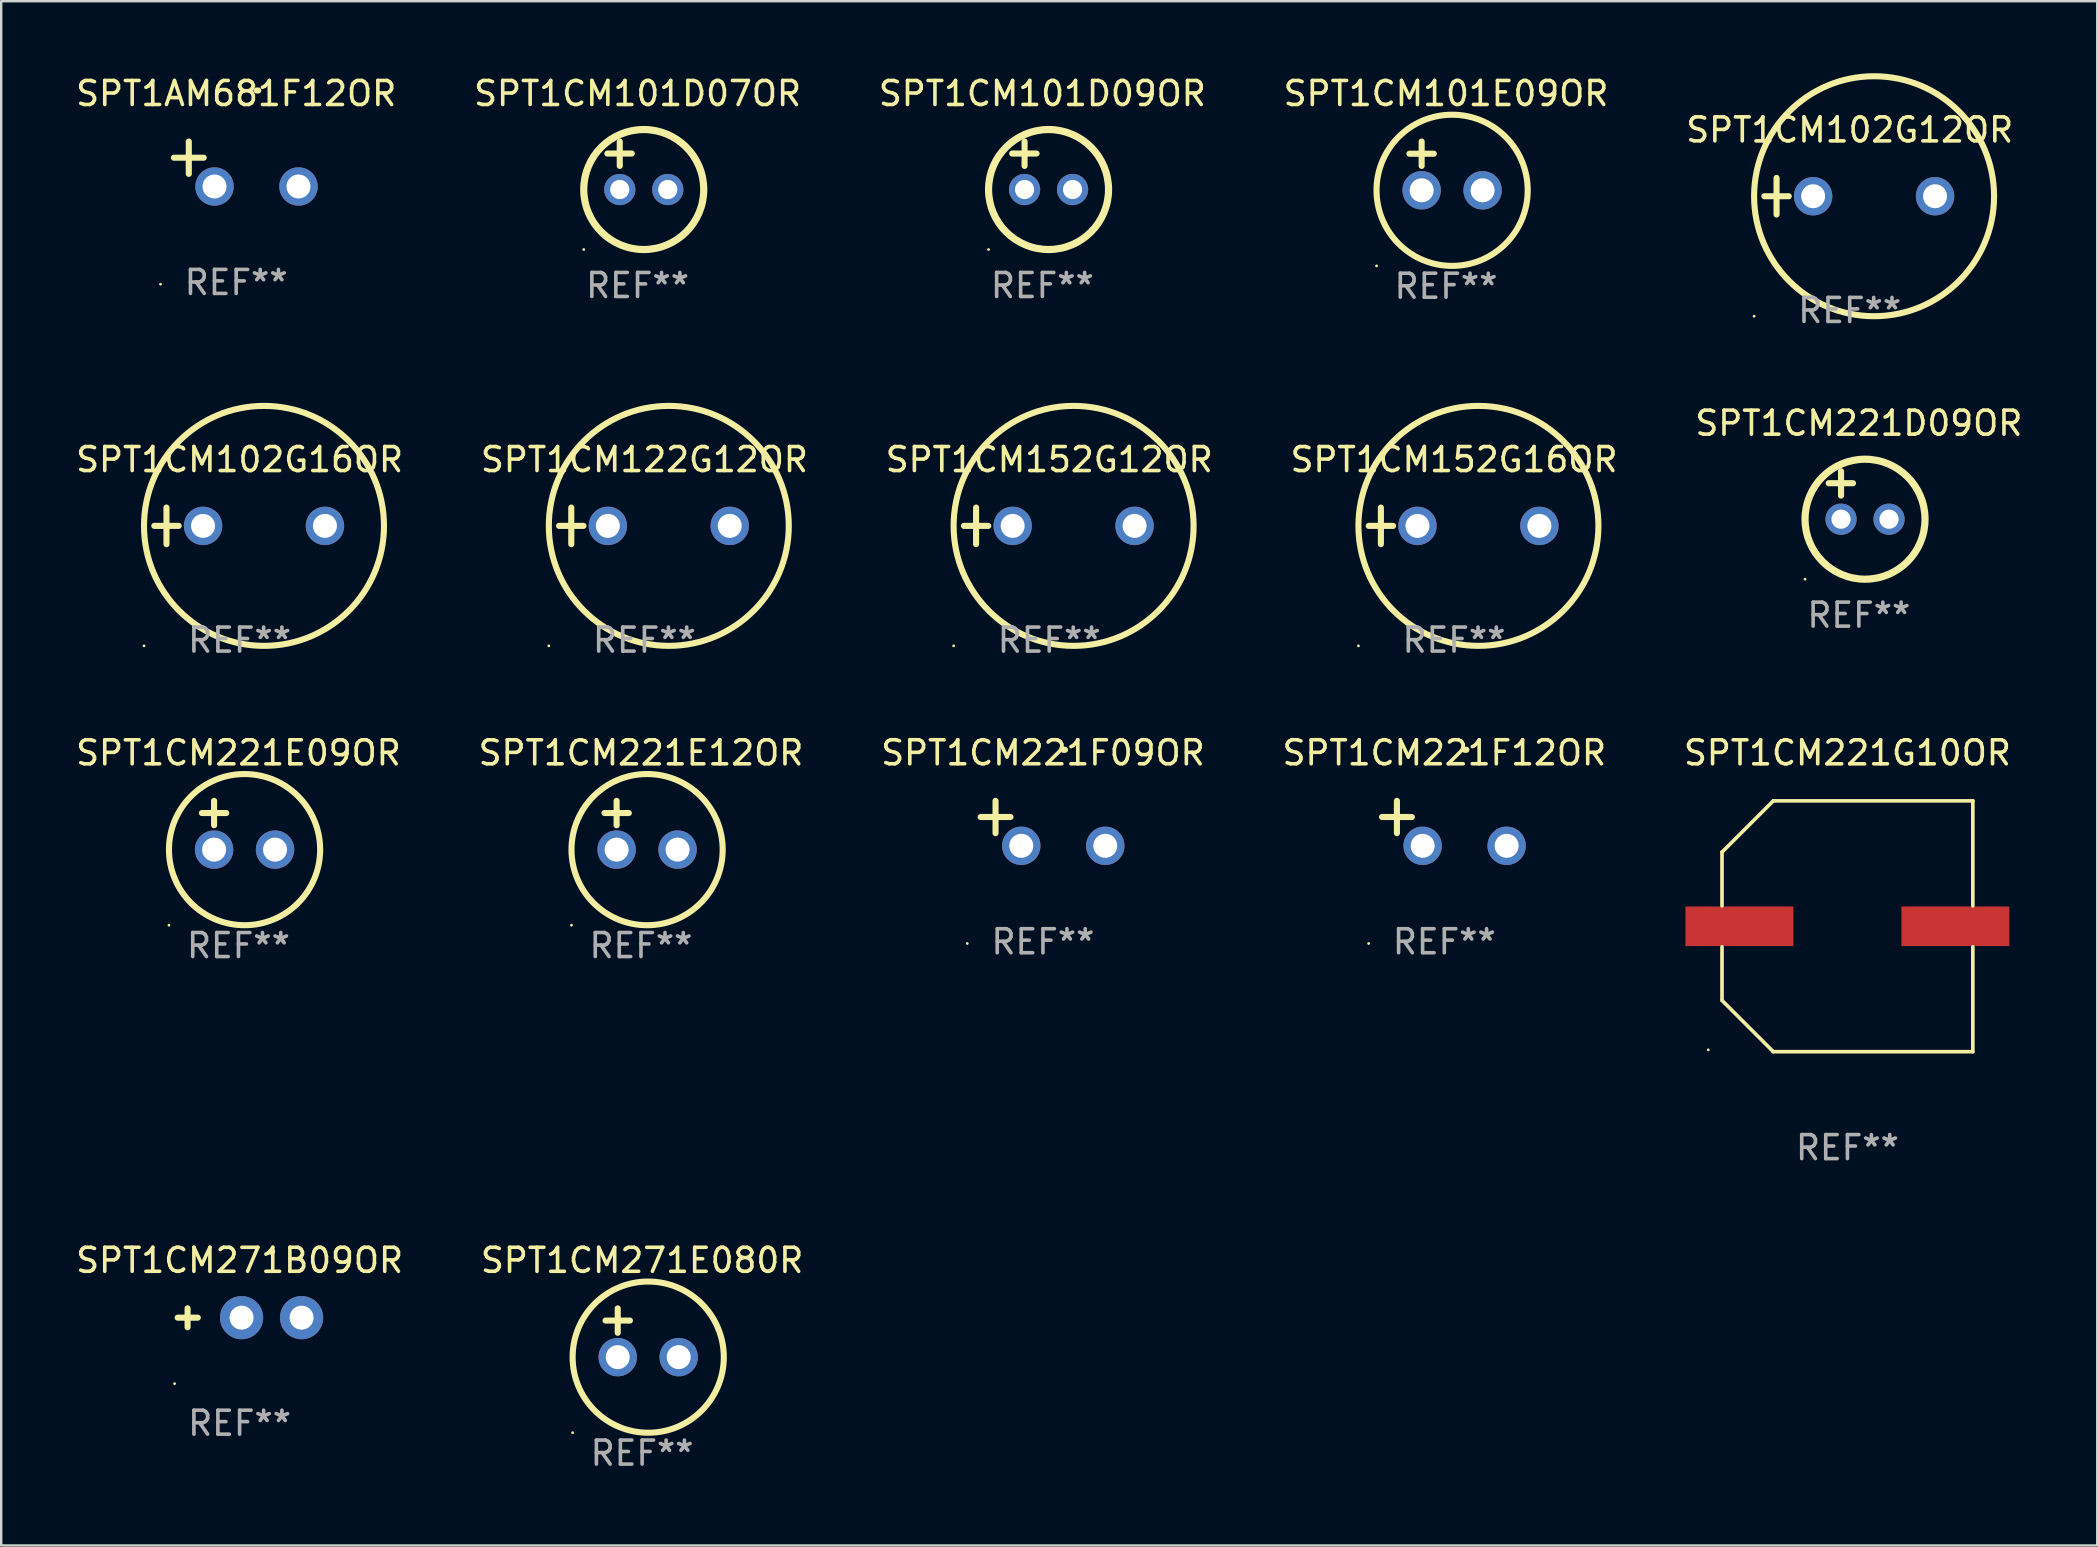
<source format=kicad_pcb>
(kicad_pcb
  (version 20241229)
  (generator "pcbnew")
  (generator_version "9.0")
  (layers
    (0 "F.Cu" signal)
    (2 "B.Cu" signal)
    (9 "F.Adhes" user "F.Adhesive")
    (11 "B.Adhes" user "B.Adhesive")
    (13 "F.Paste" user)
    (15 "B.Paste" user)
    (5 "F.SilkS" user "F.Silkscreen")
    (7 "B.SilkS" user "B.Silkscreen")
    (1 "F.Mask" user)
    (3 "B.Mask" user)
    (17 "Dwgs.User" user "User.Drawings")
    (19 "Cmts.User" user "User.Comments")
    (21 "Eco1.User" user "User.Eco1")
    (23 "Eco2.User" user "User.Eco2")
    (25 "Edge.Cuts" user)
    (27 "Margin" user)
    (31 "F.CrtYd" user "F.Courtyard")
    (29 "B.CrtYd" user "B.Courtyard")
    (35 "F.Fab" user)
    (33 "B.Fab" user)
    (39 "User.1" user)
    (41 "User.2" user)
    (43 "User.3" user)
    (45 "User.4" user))
  (footprint "SPT1CM221F09OR"
    (layer "F.Cu")
    (at 40.411 31.259)
    (property "Reference" "SPT1CM221F09OR" (at 0 -2.937 0) (layer "F.SilkS") (effects (font (size 1 1) (thickness 0.15))))
    (attr through_hole)
    (fp_line (start -1.975 0.41) (end -1.975 -0.937) (stroke (width 0.254) (type solid)) (layer "F.SilkS"))
    (fp_line (start -1.353 -0.263) (end -2.597 -0.263) (stroke (width 0.254) (type solid)) (layer "F.SilkS"))
    (fp_arc (start 0.849809 -3.063957) (mid 0.885369 -3.064114) (end 0.920929 -3.063957) (stroke (width 0.254001) (type solid)) (layer "F.SilkS"))
    (fp_circle (center -3.154 5.008) (end -3.124 5.008) (stroke (width 0.06) (type solid)) (fill no) (layer "F.SilkS"))
    (fp_text user "REF**" (at 0 4.937 0) (layer "F.Fab") (effects (font (size 1 1) (thickness 0.15))))
    (pad "1" thru_hole circle (at -0.903 0.937) (size 1.6 1.6) (drill 1) (layers "*.Cu" "*.Mask"))
    (pad "2" thru_hole circle (at 2.597 0.937) (size 1.6 1.6) (drill 1) (layers "*.Cu" "*.Mask")))
  (footprint "SPT1CM221E09OR"
    (layer "F.Cu")
    (at 6.887 31.339)
    (property "Reference" "SPT1CM221E09OR" (at 0 -3.016 0) (layer "F.SilkS") (effects (font (size 1 1) (thickness 0.15))))
    (attr through_hole)
    (fp_line (start -1.524 -0.508) (end -0.508 -0.508) (stroke (width 0.254) (type solid)) (layer "F.SilkS"))
    (fp_line (start -1.016 -1.016) (end -1.016 0) (stroke (width 0.254) (type solid)) (layer "F.SilkS"))
    (fp_circle (center -2.896 4.166) (end -2.866 4.166) (stroke (width 0.06) (type solid)) (fill no) (layer "F.SilkS"))
    (fp_circle (center 0.254 1.016) (end 3.404 1.016) (stroke (width 0.254) (type solid)) (fill no) (layer "F.SilkS"))
    (fp_text user "REF**" (at 0 5.016 0) (layer "F.Fab") (effects (font (size 1 1) (thickness 0.15))))
    (pad "1" thru_hole circle (at -1.016 1.016) (size 1.6 1.6) (drill 1) (layers "*.Cu" "*.Mask"))
    (pad "2" thru_hole circle (at 1.524 1.016) (size 1.6 1.6) (drill 1) (layers "*.Cu" "*.Mask")))
  (footprint "SPT1CM101D09OR"
    (layer "F.Cu")
    (at 40.387 3.848)
    (property "Reference" "SPT1CM101D09OR" (at 0 -3 0) (layer "F.SilkS") (effects (font (size 1 1) (thickness 0.15))))
    (attr through_hole)
    (fp_line (start -1.258 -0.5) (end -0.242 -0.5) (stroke (width 0.254) (type solid)) (layer "F.SilkS"))
    (fp_line (start -0.742 -1) (end -0.742 0.016) (stroke (width 0.254) (type solid)) (layer "F.SilkS"))
    (fp_circle (center -2.242 3.5) (end -2.212 3.5) (stroke (width 0.06) (type solid)) (fill no) (layer "F.SilkS"))
    (fp_circle (center 0.258 1) (end 2.758 1) (stroke (width 0.3) (type solid)) (fill no) (layer "F.SilkS"))
    (fp_text user "REF**" (at 0 5 0) (layer "F.Fab") (effects (font (size 1 1) (thickness 0.15))))
    (pad "1" thru_hole circle (at -0.742 1) (size 1.3 1.3) (drill 0.8) (layers "*.Cu" "*.Mask"))
    (pad "2" thru_hole circle (at 1.258 1) (size 1.3 1.3) (drill 0.8) (layers "*.Cu" "*.Mask")))
  (footprint "SPT1CM271E080R"
    (layer "F.Cu")
    (at 23.708 52.488)
    (property "Reference" "SPT1CM271E080R" (at 0 -3.016 0) (layer "F.SilkS") (effects (font (size 1 1) (thickness 0.15))))
    (attr through_hole)
    (fp_line (start -1.524 -0.508) (end -0.508 -0.508) (stroke (width 0.254) (type solid)) (layer "F.SilkS"))
    (fp_line (start -1.016 -1.016) (end -1.016 0) (stroke (width 0.254) (type solid)) (layer "F.SilkS"))
    (fp_circle (center -2.896 4.166) (end -2.866 4.166) (stroke (width 0.06) (type solid)) (fill no) (layer "F.SilkS"))
    (fp_circle (center 0.254 1.016) (end 3.404 1.016) (stroke (width 0.254) (type solid)) (fill no) (layer "F.SilkS"))
    (fp_text user "REF**" (at 0 5.016 0) (layer "F.Fab") (effects (font (size 1 1) (thickness 0.15))))
    (pad "1" thru_hole circle (at -1.016 1.016) (size 1.6 1.6) (drill 1) (layers "*.Cu" "*.Mask"))
    (pad "2" thru_hole circle (at 1.524 1.016) (size 1.6 1.6) (drill 1) (layers "*.Cu" "*.Mask")))
  (footprint "SPT1CM271B09OR"
    (layer "F.Cu")
    (at 6.935 51.865)
    (property "Reference" "SPT1CM271B09OR" (at 0 -2.394 0) (layer "F.SilkS") (effects (font (size 1 1) (thickness 0.15))))
    (attr through_hole)
    (fp_line (start -2.168 0.394) (end -2.168 -0.394) (stroke (width 0.254) (type solid)) (layer "F.SilkS"))
    (fp_line (start -1.743 -0.006) (end -2.582 -0.006) (stroke (width 0.254) (type solid)) (layer "F.SilkS"))
    (fp_arc (start 1.311303 -2.756236) (mid 1.331623 -2.756311) (end 1.351943 -2.756236) (stroke (width 0.254001) (type solid)) (layer "F.SilkS"))
    (fp_circle (center -2.709 2.744) (end -2.679 2.744) (stroke (width 0.06) (type solid)) (fill no) (layer "F.SilkS"))
    (fp_text user "REF**" (at 0 4.394 0) (layer "F.Fab") (effects (font (size 1 1) (thickness 0.15))))
    (pad "1" thru_hole circle (at 0.082 -0.006) (size 1.8 1.8) (drill 1) (layers "*.Cu" "*.Mask"))
    (pad "2" thru_hole circle (at 2.582 -0.006) (size 1.8 1.8) (drill 1) (layers "*.Cu" "*.Mask")))
  (footprint "SPT1CM122G12OR"
    (layer "F.Cu")
    (at 23.804 18.864)
    (property "Reference" "SPT1CM122G12OR" (at 0 -2.762 0) (layer "F.SilkS") (effects (font (size 1 1) (thickness 0.15))))
    (attr through_hole)
    (fp_line (start -3.556 0) (end -2.54 0) (stroke (width 0.254) (type solid)) (layer "F.SilkS"))
    (fp_line (start -3.048 -0.762) (end -3.048 0.762) (stroke (width 0.254) (type solid)) (layer "F.SilkS"))
    (fp_circle (center -3.984 5) (end -3.954 5) (stroke (width 0.06) (type solid)) (fill no) (layer "F.SilkS"))
    (fp_circle (center 1.016 0) (end 6.016 0) (stroke (width 0.254) (type solid)) (fill no) (layer "F.SilkS"))
    (fp_text user "REF**" (at 0 4.762 0) (layer "F.Fab") (effects (font (size 1 1) (thickness 0.15))))
    (pad "1" thru_hole circle (at -1.524 0) (size 1.6 1.6) (drill 1) (layers "*.Cu" "*.Mask"))
    (pad "2" thru_hole circle (at 3.556 0) (size 1.6 1.6) (drill 1) (layers "*.Cu" "*.Mask")))
  (footprint "SPT1CM152G16OR"
    (layer "F.Cu")
    (at 57.542 18.864)
    (property "Reference" "SPT1CM152G16OR" (at 0 -2.762 0) (layer "F.SilkS") (effects (font (size 1 1) (thickness 0.15))))
    (attr through_hole)
    (fp_line (start -3.556 0) (end -2.54 0) (stroke (width 0.254) (type solid)) (layer "F.SilkS"))
    (fp_line (start -3.048 -0.762) (end -3.048 0.762) (stroke (width 0.254) (type solid)) (layer "F.SilkS"))
    (fp_circle (center -3.984 5) (end -3.954 5) (stroke (width 0.06) (type solid)) (fill no) (layer "F.SilkS"))
    (fp_circle (center 1.016 0) (end 6.016 0) (stroke (width 0.254) (type solid)) (fill no) (layer "F.SilkS"))
    (fp_text user "REF**" (at 0 4.762 0) (layer "F.Fab") (effects (font (size 1 1) (thickness 0.15))))
    (pad "1" thru_hole circle (at -1.524 0) (size 1.6 1.6) (drill 1) (layers "*.Cu" "*.Mask"))
    (pad "2" thru_hole circle (at 3.556 0) (size 1.6 1.6) (drill 1) (layers "*.Cu" "*.Mask")))
  (footprint "SPT1CM221F12OR"
    (layer "F.Cu")
    (at 57.137 31.259)
    (property "Reference" "SPT1CM221F12OR" (at 0 -2.937 0) (layer "F.SilkS") (effects (font (size 1 1) (thickness 0.15))))
    (attr through_hole)
    (fp_line (start -1.975 0.41) (end -1.975 -0.937) (stroke (width 0.254) (type solid)) (layer "F.SilkS"))
    (fp_line (start -1.353 -0.263) (end -2.597 -0.263) (stroke (width 0.254) (type solid)) (layer "F.SilkS"))
    (fp_arc (start 0.849809 -3.063957) (mid 0.885369 -3.064114) (end 0.920929 -3.063957) (stroke (width 0.254001) (type solid)) (layer "F.SilkS"))
    (fp_circle (center -3.154 5.008) (end -3.124 5.008) (stroke (width 0.06) (type solid)) (fill no) (layer "F.SilkS"))
    (fp_text user "REF**" (at 0 4.937 0) (layer "F.Fab") (effects (font (size 1 1) (thickness 0.15))))
    (pad "1" thru_hole circle (at -0.903 0.937) (size 1.6 1.6) (drill 1) (layers "*.Cu" "*.Mask"))
    (pad "2" thru_hole circle (at 2.597 0.937) (size 1.6 1.6) (drill 1) (layers "*.Cu" "*.Mask")))
  (footprint "SPT1CM221G10OR"
    (layer "F.Cu")
    (at 73.935 35.549)
    (property "Reference" "SPT1CM221G10OR" (at 0 -7.226 0) (layer "F.SilkS") (effects (font (size 1 1) (thickness 0.15))))
    (attr through_hole)
    (fp_line (start -5.226 -3.09) (end -5.226 -0.852) (stroke (width 0.152) (type solid)) (layer "F.SilkS"))
    (fp_line (start -5.226 3.09) (end -5.226 0.852) (stroke (width 0.152) (type solid)) (layer "F.SilkS"))
    (fp_line (start -3.09 -5.226) (end -5.226 -3.09) (stroke (width 0.152) (type solid)) (layer "F.SilkS"))
    (fp_line (start -3.09 5.226) (end -5.226 3.09) (stroke (width 0.152) (type solid)) (layer "F.SilkS"))
    (fp_line (start 5.226 -5.226) (end -3.09 -5.226) (stroke (width 0.152) (type solid)) (layer "F.SilkS"))
    (fp_line (start 5.226 -0.852) (end 5.226 -5.226) (stroke (width 0.152) (type solid)) (layer "F.SilkS"))
    (fp_line (start 5.226 0.852) (end 5.226 5.226) (stroke (width 0.152) (type solid)) (layer "F.SilkS"))
    (fp_line (start 5.226 5.226) (end -3.09 5.226) (stroke (width 0.152) (type solid)) (layer "F.SilkS"))
    (fp_circle (center -5.8 5.15) (end -5.77 5.15) (stroke (width 0.06) (type solid)) (fill no) (layer "F.SilkS"))
    (fp_text user "REF**" (at 0 9.226 0) (layer "F.Fab") (effects (font (size 1 1) (thickness 0.15))))
    (pad "1" smd rect (at -4.5 0) (size 4.5 1.65) (layers "F.Cu" "F.Mask" "F.Paste"))
    (pad "2" smd rect (at 4.5 0) (size 4.5 1.65) (layers "F.Cu" "F.Mask" "F.Paste")))
  (footprint "SPT1CM101E09OR"
    (layer "F.Cu")
    (at 57.208 3.864)
    (property "Reference" "SPT1CM101E09OR" (at 0 -3.016 0) (layer "F.SilkS") (effects (font (size 1 1) (thickness 0.15))))
    (attr through_hole)
    (fp_line (start -1.524 -0.508) (end -0.508 -0.508) (stroke (width 0.254) (type solid)) (layer "F.SilkS"))
    (fp_line (start -1.016 -1.016) (end -1.016 0) (stroke (width 0.254) (type solid)) (layer "F.SilkS"))
    (fp_circle (center -2.896 4.166) (end -2.866 4.166) (stroke (width 0.06) (type solid)) (fill no) (layer "F.SilkS"))
    (fp_circle (center 0.254 1.016) (end 3.404 1.016) (stroke (width 0.254) (type solid)) (fill no) (layer "F.SilkS"))
    (fp_text user "REF**" (at 0 5.016 0) (layer "F.Fab") (effects (font (size 1 1) (thickness 0.15))))
    (pad "1" thru_hole circle (at -1.016 1.016) (size 1.6 1.6) (drill 1) (layers "*.Cu" "*.Mask"))
    (pad "2" thru_hole circle (at 1.524 1.016) (size 1.6 1.6) (drill 1) (layers "*.Cu" "*.Mask")))
  (footprint "SPT1AM681F12OR"
    (layer "F.Cu")
    (at 6.792 3.785)
    (property "Reference" "SPT1AM681F12OR" (at 0 -2.937 0) (layer "F.SilkS") (effects (font (size 1 1) (thickness 0.15))))
    (attr through_hole)
    (fp_line (start -1.975 0.41) (end -1.975 -0.937) (stroke (width 0.254) (type solid)) (layer "F.SilkS"))
    (fp_line (start -1.353 -0.263) (end -2.597 -0.263) (stroke (width 0.254) (type solid)) (layer "F.SilkS"))
    (fp_arc (start 0.849809 -3.063957) (mid 0.885369 -3.064114) (end 0.920929 -3.063957) (stroke (width 0.254001) (type solid)) (layer "F.SilkS"))
    (fp_circle (center -3.154 5.008) (end -3.124 5.008) (stroke (width 0.06) (type solid)) (fill no) (layer "F.SilkS"))
    (fp_text user "REF**" (at 0 4.937 0) (layer "F.Fab") (effects (font (size 1 1) (thickness 0.15))))
    (pad "1" thru_hole circle (at -0.903 0.937) (size 1.6 1.6) (drill 1) (layers "*.Cu" "*.Mask"))
    (pad "2" thru_hole circle (at 2.597 0.937) (size 1.6 1.6) (drill 1) (layers "*.Cu" "*.Mask")))
  (footprint "SPT1CM102G12OR"
    (layer "F.Cu")
    (at 74.03 5.127)
    (property "Reference" "SPT1CM102G12OR" (at 0 -2.762 0) (layer "F.SilkS") (effects (font (size 1 1) (thickness 0.15))))
    (attr through_hole)
    (fp_line (start -3.556 0) (end -2.54 0) (stroke (width 0.254) (type solid)) (layer "F.SilkS"))
    (fp_line (start -3.048 -0.762) (end -3.048 0.762) (stroke (width 0.254) (type solid)) (layer "F.SilkS"))
    (fp_circle (center -3.984 5) (end -3.954 5) (stroke (width 0.06) (type solid)) (fill no) (layer "F.SilkS"))
    (fp_circle (center 1.016 0) (end 6.016 0) (stroke (width 0.254) (type solid)) (fill no) (layer "F.SilkS"))
    (fp_text user "REF**" (at 0 4.762 0) (layer "F.Fab") (effects (font (size 1 1) (thickness 0.15))))
    (pad "1" thru_hole circle (at -1.524 0) (size 1.6 1.6) (drill 1) (layers "*.Cu" "*.Mask"))
    (pad "2" thru_hole circle (at 3.556 0) (size 1.6 1.6) (drill 1) (layers "*.Cu" "*.Mask")))
  (footprint "SPT1CM221E12OR"
    (layer "F.Cu")
    (at 23.661 31.339)
    (property "Reference" "SPT1CM221E12OR" (at 0 -3.016 0) (layer "F.SilkS") (effects (font (size 1 1) (thickness 0.15))))
    (attr through_hole)
    (fp_line (start -1.524 -0.508) (end -0.508 -0.508) (stroke (width 0.254) (type solid)) (layer "F.SilkS"))
    (fp_line (start -1.016 -1.016) (end -1.016 0) (stroke (width 0.254) (type solid)) (layer "F.SilkS"))
    (fp_circle (center -2.896 4.166) (end -2.866 4.166) (stroke (width 0.06) (type solid)) (fill no) (layer "F.SilkS"))
    (fp_circle (center 0.254 1.016) (end 3.404 1.016) (stroke (width 0.254) (type solid)) (fill no) (layer "F.SilkS"))
    (fp_text user "REF**" (at 0 5.016 0) (layer "F.Fab") (effects (font (size 1 1) (thickness 0.15))))
    (pad "1" thru_hole circle (at -1.016 1.016) (size 1.6 1.6) (drill 1) (layers "*.Cu" "*.Mask"))
    (pad "2" thru_hole circle (at 1.524 1.016) (size 1.6 1.6) (drill 1) (layers "*.Cu" "*.Mask")))
  (footprint "SPT1CM101D07OR"
    (layer "F.Cu")
    (at 23.518 3.848)
    (property "Reference" "SPT1CM101D07OR" (at 0 -3 0) (layer "F.SilkS") (effects (font (size 1 1) (thickness 0.15))))
    (attr through_hole)
    (fp_line (start -1.258 -0.5) (end -0.242 -0.5) (stroke (width 0.254) (type solid)) (layer "F.SilkS"))
    (fp_line (start -0.742 -1) (end -0.742 0.016) (stroke (width 0.254) (type solid)) (layer "F.SilkS"))
    (fp_circle (center -2.242 3.5) (end -2.212 3.5) (stroke (width 0.06) (type solid)) (fill no) (layer "F.SilkS"))
    (fp_circle (center 0.258 1) (end 2.758 1) (stroke (width 0.3) (type solid)) (fill no) (layer "F.SilkS"))
    (fp_text user "REF**" (at 0 5 0) (layer "F.Fab") (effects (font (size 1 1) (thickness 0.15))))
    (pad "1" thru_hole circle (at -0.742 1) (size 1.3 1.3) (drill 0.8) (layers "*.Cu" "*.Mask"))
    (pad "2" thru_hole circle (at 1.258 1) (size 1.3 1.3) (drill 0.8) (layers "*.Cu" "*.Mask")))
  (footprint "SPT1CM152G12OR"
    (layer "F.Cu")
    (at 40.673 18.864)
    (property "Reference" "SPT1CM152G12OR" (at 0 -2.762 0) (layer "F.SilkS") (effects (font (size 1 1) (thickness 0.15))))
    (attr through_hole)
    (fp_line (start -3.556 0) (end -2.54 0) (stroke (width 0.254) (type solid)) (layer "F.SilkS"))
    (fp_line (start -3.048 -0.762) (end -3.048 0.762) (stroke (width 0.254) (type solid)) (layer "F.SilkS"))
    (fp_circle (center -3.984 5) (end -3.954 5) (stroke (width 0.06) (type solid)) (fill no) (layer "F.SilkS"))
    (fp_circle (center 1.016 0) (end 6.016 0) (stroke (width 0.254) (type solid)) (fill no) (layer "F.SilkS"))
    (fp_text user "REF**" (at 0 4.762 0) (layer "F.Fab") (effects (font (size 1 1) (thickness 0.15))))
    (pad "1" thru_hole circle (at -1.524 0) (size 1.6 1.6) (drill 1) (layers "*.Cu" "*.Mask"))
    (pad "2" thru_hole circle (at 3.556 0) (size 1.6 1.6) (drill 1) (layers "*.Cu" "*.Mask")))
  (footprint "SPT1CM102G16OR"
    (layer "F.Cu")
    (at 6.935 18.864)
    (property "Reference" "SPT1CM102G16OR" (at 0 -2.762 0) (layer "F.SilkS") (effects (font (size 1 1) (thickness 0.15))))
    (attr through_hole)
    (fp_line (start -3.556 0) (end -2.54 0) (stroke (width 0.254) (type solid)) (layer "F.SilkS"))
    (fp_line (start -3.048 -0.762) (end -3.048 0.762) (stroke (width 0.254) (type solid)) (layer "F.SilkS"))
    (fp_circle (center -3.984 5) (end -3.954 5) (stroke (width 0.06) (type solid)) (fill no) (layer "F.SilkS"))
    (fp_circle (center 1.016 0) (end 6.016 0) (stroke (width 0.254) (type solid)) (fill no) (layer "F.SilkS"))
    (fp_text user "REF**" (at 0 4.762 0) (layer "F.Fab") (effects (font (size 1 1) (thickness 0.15))))
    (pad "1" thru_hole circle (at -1.524 0) (size 1.6 1.6) (drill 1) (layers "*.Cu" "*.Mask"))
    (pad "2" thru_hole circle (at 3.556 0) (size 1.6 1.6) (drill 1) (layers "*.Cu" "*.Mask")))
  (footprint "SPT1CM221D09OR"
    (layer "F.Cu")
    (at 74.411 17.586)
    (property "Reference" "SPT1CM221D09OR" (at 0 -3 0) (layer "F.SilkS") (effects (font (size 1 1) (thickness 0.15))))
    (attr through_hole)
    (fp_line (start -1.258 -0.5) (end -0.242 -0.5) (stroke (width 0.254) (type solid)) (layer "F.SilkS"))
    (fp_line (start -0.742 -1) (end -0.742 0.016) (stroke (width 0.254) (type solid)) (layer "F.SilkS"))
    (fp_circle (center -2.242 3.5) (end -2.212 3.5) (stroke (width 0.06) (type solid)) (fill no) (layer "F.SilkS"))
    (fp_circle (center 0.258 1) (end 2.758 1) (stroke (width 0.3) (type solid)) (fill no) (layer "F.SilkS"))
    (fp_text user "REF**" (at 0 5 0) (layer "F.Fab") (effects (font (size 1 1) (thickness 0.15))))
    (pad "1" thru_hole circle (at -0.742 1) (size 1.3 1.3) (drill 0.8) (layers "*.Cu" "*.Mask"))
    (pad "2" thru_hole circle (at 1.258 1) (size 1.3 1.3) (drill 0.8) (layers "*.Cu" "*.Mask")))
  (gr_rect
    (start -3 -3)
    (end 84.345 61.352)
    (stroke (width 0.1) (type default))
    (fill no)
    (layer "Edge.Cuts")))
</source>
